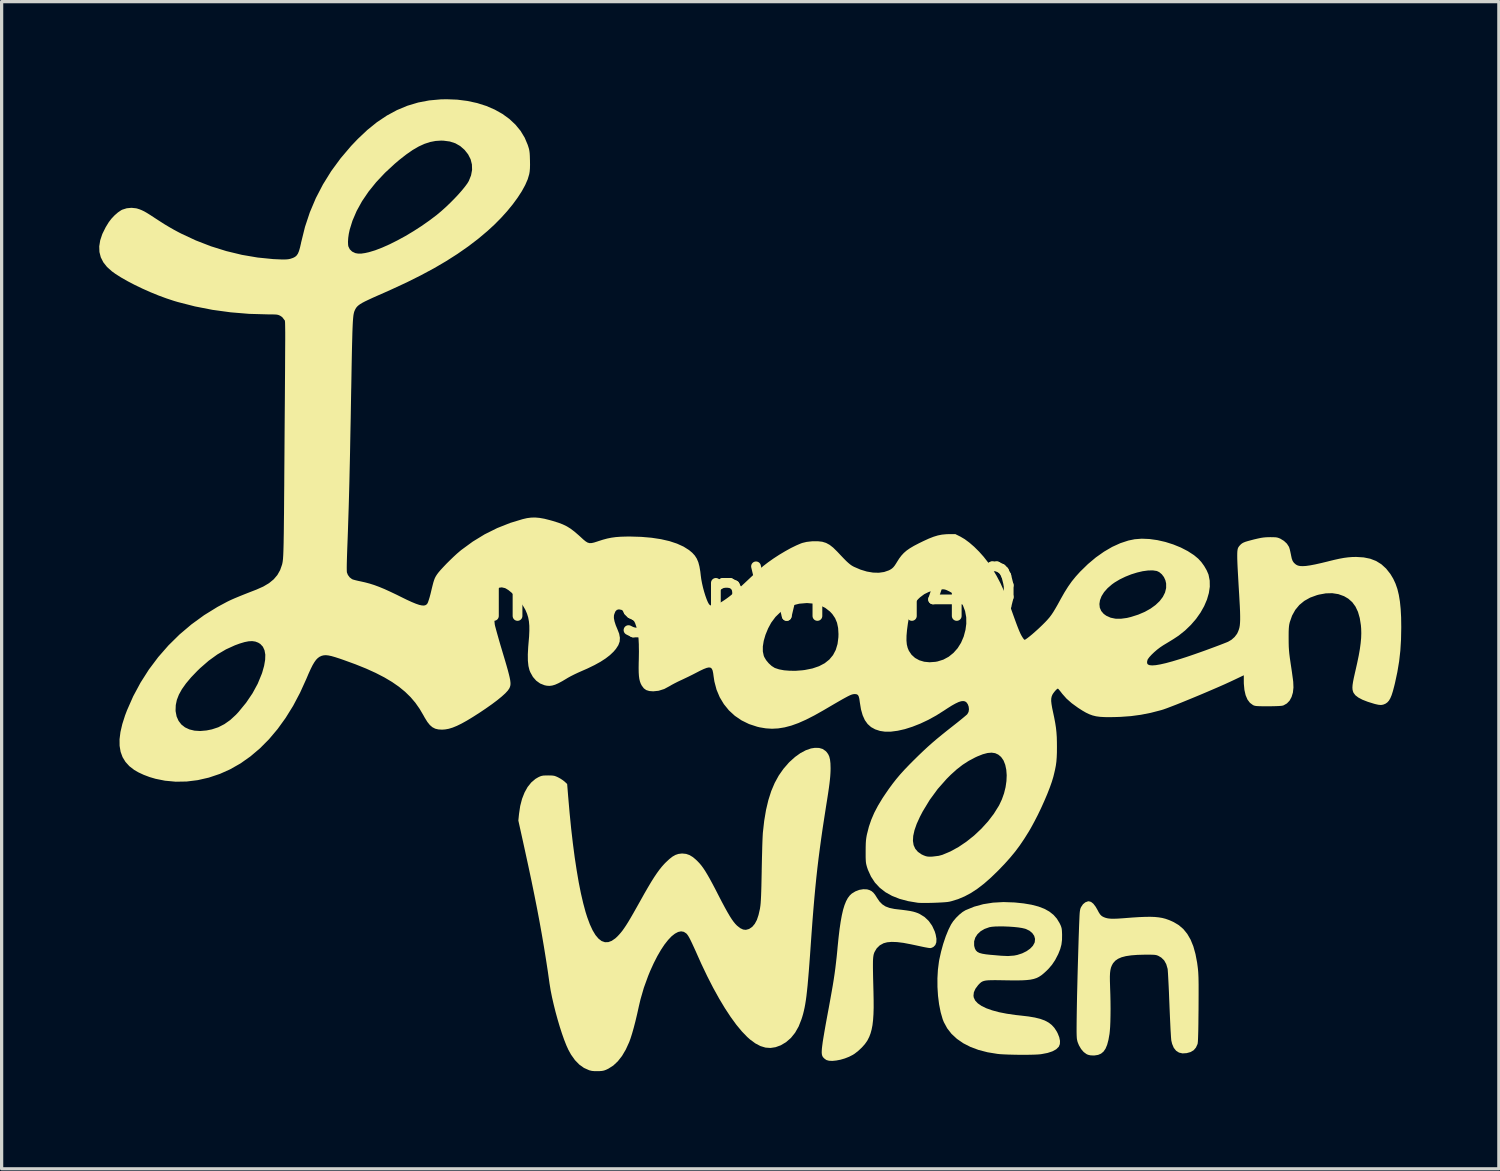
<source format=kicad_pcb>
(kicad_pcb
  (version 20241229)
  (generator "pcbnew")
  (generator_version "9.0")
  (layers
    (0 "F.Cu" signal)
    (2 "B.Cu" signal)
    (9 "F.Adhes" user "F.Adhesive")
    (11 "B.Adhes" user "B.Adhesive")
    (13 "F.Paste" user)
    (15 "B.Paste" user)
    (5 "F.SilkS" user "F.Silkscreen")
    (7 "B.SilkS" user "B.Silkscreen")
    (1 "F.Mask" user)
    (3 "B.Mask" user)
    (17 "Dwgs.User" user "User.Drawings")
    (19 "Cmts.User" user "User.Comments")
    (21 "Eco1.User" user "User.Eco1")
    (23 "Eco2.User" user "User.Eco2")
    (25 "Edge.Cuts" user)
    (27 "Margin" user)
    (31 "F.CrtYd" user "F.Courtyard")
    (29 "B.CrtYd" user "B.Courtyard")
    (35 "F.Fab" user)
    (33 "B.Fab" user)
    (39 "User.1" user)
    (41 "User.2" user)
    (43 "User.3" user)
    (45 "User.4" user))
  (footprint "ImogenWren40"
    (layer "F.Cu")
    (at 20.004 15.191)
    (property "Reference" "ImogenWren40" (at 0 0 0) (layer "F.SilkS") (effects (font (size 1.524 1.524) (thickness 0.3))))
    (attr board_only exclude_from_pos_files exclude_from_bom)
    (fp_poly (pts (xy 3.596 9.093) (xy 3.667 9.114) (xy 3.732 9.147) (xy 3.787 9.193) (xy 3.84 9.258) (xy 3.897 9.349) (xy 3.974 9.463) (xy 4.06 9.551) (xy 4.161 9.617) (xy 4.283 9.663) (xy 4.432 9.694) (xy 4.511 9.704) (xy 4.678 9.723) (xy 4.813 9.741) (xy 4.922 9.758) (xy 5.012 9.777) (xy 5.087 9.799) (xy 5.154 9.823) (xy 5.205 9.846) (xy 5.358 9.94) (xy 5.489 10.063) (xy 5.594 10.212) (xy 5.674 10.385) (xy 5.703 10.48) (xy 5.727 10.612) (xy 5.723 10.72) (xy 5.692 10.804) (xy 5.634 10.862) (xy 5.602 10.878) (xy 5.584 10.886) (xy 5.567 10.892) (xy 5.549 10.896) (xy 5.525 10.896) (xy 5.491 10.893) (xy 5.443 10.885) (xy 5.376 10.873) (xy 5.288 10.855) (xy 5.173 10.83) (xy 5.028 10.799) (xy 4.936 10.78) (xy 4.711 10.737) (xy 4.516 10.713) (xy 4.351 10.707) (xy 4.213 10.719) (xy 4.1 10.749) (xy 4.099 10.75) (xy 3.985 10.813) (xy 3.891 10.905) (xy 3.823 11.019) (xy 3.81 11.053) (xy 3.799 11.087) (xy 3.791 11.126) (xy 3.784 11.173) (xy 3.779 11.231) (xy 3.776 11.304) (xy 3.775 11.395) (xy 3.775 11.507) (xy 3.777 11.644) (xy 3.78 11.808) (xy 3.785 12.003) (xy 3.791 12.232) (xy 3.796 12.498) (xy 3.797 12.731) (xy 3.791 12.933) (xy 3.779 13.11) (xy 3.761 13.264) (xy 3.735 13.398) (xy 3.702 13.518) (xy 3.661 13.626) (xy 3.611 13.725) (xy 3.597 13.75) (xy 3.526 13.85) (xy 3.431 13.956) (xy 3.323 14.057) (xy 3.213 14.143) (xy 3.16 14.177) (xy 3.041 14.238) (xy 2.911 14.289) (xy 2.778 14.328) (xy 2.647 14.353) (xy 2.527 14.365) (xy 2.424 14.36) (xy 2.346 14.338) (xy 2.343 14.336) (xy 2.288 14.298) (xy 2.242 14.252) (xy 2.24 14.249) (xy 2.225 14.224) (xy 2.213 14.195) (xy 2.205 14.159) (xy 2.201 14.112) (xy 2.202 14.053) (xy 2.207 13.979) (xy 2.218 13.887) (xy 2.233 13.774) (xy 2.255 13.639) (xy 2.282 13.478) (xy 2.315 13.289) (xy 2.355 13.069) (xy 2.402 12.815) (xy 2.417 12.737) (xy 2.464 12.478) (xy 2.505 12.248) (xy 2.541 12.043) (xy 2.571 11.857) (xy 2.597 11.682) (xy 2.62 11.512) (xy 2.64 11.343) (xy 2.66 11.167) (xy 2.679 10.978) (xy 2.688 10.875) (xy 2.718 10.578) (xy 2.749 10.316) (xy 2.783 10.087) (xy 2.819 9.889) (xy 2.858 9.719) (xy 2.902 9.576) (xy 2.95 9.457) (xy 3.003 9.359) (xy 3.062 9.281) (xy 3.125 9.222) (xy 3.236 9.154) (xy 3.357 9.108) (xy 3.48 9.088)) (stroke (width 0) (type solid)) (fill yes) (layer "F.SilkS"))
    (fp_poly (pts (xy 8.128 9.495) (xy 8.129 9.495) (xy 8.406 9.524) (xy 8.649 9.565) (xy 8.86 9.62) (xy 9.041 9.689) (xy 9.195 9.774) (xy 9.324 9.876) (xy 9.428 9.994) (xy 9.511 10.131) (xy 9.512 10.133) (xy 9.543 10.197) (xy 9.563 10.25) (xy 9.576 10.302) (xy 9.583 10.364) (xy 9.587 10.45) (xy 9.588 10.479) (xy 9.586 10.645) (xy 9.568 10.79) (xy 9.531 10.928) (xy 9.472 11.076) (xy 9.461 11.099) (xy 9.374 11.266) (xy 9.279 11.408) (xy 9.167 11.539) (xy 9.101 11.604) (xy 9.024 11.674) (xy 8.951 11.733) (xy 8.879 11.78) (xy 8.802 11.818) (xy 8.717 11.846) (xy 8.618 11.867) (xy 8.503 11.88) (xy 8.366 11.888) (xy 8.203 11.891) (xy 8.009 11.89) (xy 7.874 11.888) (xy 7.691 11.885) (xy 7.541 11.883) (xy 7.42 11.884) (xy 7.324 11.887) (xy 7.248 11.894) (xy 7.189 11.906) (xy 7.142 11.923) (xy 7.103 11.945) (xy 7.067 11.975) (xy 7.031 12.011) (xy 7.006 12.038) (xy 6.925 12.147) (xy 6.877 12.255) (xy 6.865 12.361) (xy 6.874 12.419) (xy 6.918 12.511) (xy 6.998 12.596) (xy 7.112 12.675) (xy 7.26 12.747) (xy 7.44 12.811) (xy 7.651 12.868) (xy 7.891 12.915) (xy 8.16 12.954) (xy 8.326 12.972) (xy 8.556 12.999) (xy 8.751 13.032) (xy 8.917 13.073) (xy 9.057 13.124) (xy 9.174 13.187) (xy 9.272 13.263) (xy 9.354 13.354) (xy 9.424 13.462) (xy 9.453 13.518) (xy 9.501 13.638) (xy 9.524 13.75) (xy 9.52 13.847) (xy 9.489 13.925) (xy 9.484 13.932) (xy 9.405 14.009) (xy 9.291 14.071) (xy 9.143 14.12) (xy 8.96 14.155) (xy 8.917 14.161) (xy 8.83 14.168) (xy 8.713 14.173) (xy 8.573 14.176) (xy 8.418 14.178) (xy 8.255 14.177) (xy 8.092 14.174) (xy 7.937 14.17) (xy 7.795 14.164) (xy 7.676 14.157) (xy 7.601 14.149) (xy 7.3 14.1) (xy 7.024 14.029) (xy 6.774 13.936) (xy 6.551 13.822) (xy 6.357 13.688) (xy 6.191 13.535) (xy 6.057 13.363) (xy 5.954 13.173) (xy 5.918 13.083) (xy 5.856 12.867) (xy 5.808 12.625) (xy 5.775 12.365) (xy 5.758 12.095) (xy 5.757 11.824) (xy 5.772 11.56) (xy 5.804 11.311) (xy 5.813 11.258) (xy 5.869 11.007) (xy 5.922 10.813) (xy 6.885 10.813) (xy 6.89 10.844) (xy 6.91 10.915) (xy 6.94 10.97) (xy 6.985 11.014) (xy 7.049 11.047) (xy 7.137 11.071) (xy 7.252 11.09) (xy 7.401 11.106) (xy 7.418 11.107) (xy 7.514 11.115) (xy 7.603 11.123) (xy 7.674 11.129) (xy 7.717 11.133) (xy 7.926 11.142) (xy 8.112 11.128) (xy 8.212 11.108) (xy 8.363 11.059) (xy 8.496 10.993) (xy 8.606 10.915) (xy 8.69 10.828) (xy 8.741 10.735) (xy 8.748 10.713) (xy 8.757 10.615) (xy 8.731 10.521) (xy 8.673 10.437) (xy 8.588 10.365) (xy 8.477 10.311) (xy 8.445 10.301) (xy 8.355 10.28) (xy 8.238 10.262) (xy 8.102 10.248) (xy 7.956 10.238) (xy 7.807 10.232) (xy 7.664 10.231) (xy 7.534 10.234) (xy 7.426 10.243) (xy 7.353 10.256) (xy 7.205 10.309) (xy 7.083 10.381) (xy 6.987 10.471) (xy 6.92 10.575) (xy 6.885 10.69) (xy 6.885 10.813) (xy 5.922 10.813) (xy 5.936 10.764) (xy 6.013 10.535) (xy 6.097 10.33) (xy 6.176 10.172) (xy 6.243 10.07) (xy 6.331 9.966) (xy 6.43 9.869) (xy 6.53 9.788) (xy 6.621 9.733) (xy 6.885 9.625) (xy 7.166 9.548) (xy 7.466 9.501) (xy 7.786 9.483)) (stroke (width 0) (type solid)) (fill yes) (layer "F.SilkS"))
    (fp_poly (pts (xy 10.478 9.478) (xy 10.549 9.534) (xy 10.62 9.627) (xy 10.669 9.712) (xy 10.715 9.798) (xy 10.753 9.857) (xy 10.789 9.897) (xy 10.829 9.926) (xy 10.875 9.949) (xy 10.933 9.97) (xy 10.998 9.985) (xy 11.077 9.994) (xy 11.174 9.996) (xy 11.294 9.992) (xy 11.444 9.982) (xy 11.511 9.977) (xy 11.753 9.958) (xy 11.963 9.945) (xy 12.143 9.938) (xy 12.3 9.936) (xy 12.436 9.941) (xy 12.556 9.953) (xy 12.665 9.971) (xy 12.766 9.997) (xy 12.863 10.031) (xy 12.962 10.073) (xy 13.018 10.099) (xy 13.177 10.194) (xy 13.316 10.314) (xy 13.436 10.462) (xy 13.538 10.638) (xy 13.622 10.844) (xy 13.688 11.081) (xy 13.739 11.35) (xy 13.759 11.501) (xy 13.766 11.567) (xy 13.772 11.635) (xy 13.776 11.711) (xy 13.78 11.797) (xy 13.782 11.898) (xy 13.784 12.016) (xy 13.784 12.157) (xy 13.784 12.323) (xy 13.783 12.519) (xy 13.782 12.748) (xy 13.782 12.771) (xy 13.779 13.023) (xy 13.777 13.239) (xy 13.774 13.42) (xy 13.77 13.568) (xy 13.766 13.683) (xy 13.762 13.767) (xy 13.756 13.822) (xy 13.752 13.845) (xy 13.702 13.955) (xy 13.633 14.036) (xy 13.539 14.092) (xy 13.417 14.126) (xy 13.417 14.126) (xy 13.289 14.134) (xy 13.181 14.109) (xy 13.092 14.052) (xy 13.021 13.963) (xy 12.97 13.842) (xy 12.945 13.738) (xy 12.941 13.698) (xy 12.935 13.625) (xy 12.929 13.522) (xy 12.921 13.394) (xy 12.914 13.243) (xy 12.906 13.076) (xy 12.898 12.894) (xy 12.89 12.703) (xy 12.887 12.625) (xy 12.879 12.432) (xy 12.872 12.247) (xy 12.864 12.076) (xy 12.856 11.921) (xy 12.849 11.786) (xy 12.843 11.676) (xy 12.837 11.593) (xy 12.833 11.543) (xy 12.831 11.533) (xy 12.789 11.39) (xy 12.726 11.277) (xy 12.638 11.19) (xy 12.55 11.138) (xy 12.517 11.124) (xy 12.482 11.113) (xy 12.439 11.106) (xy 12.382 11.102) (xy 12.304 11.1) (xy 12.198 11.1) (xy 12.129 11.1) (xy 11.902 11.106) (xy 11.71 11.121) (xy 11.548 11.145) (xy 11.415 11.18) (xy 11.308 11.227) (xy 11.224 11.285) (xy 11.16 11.357) (xy 11.147 11.376) (xy 11.115 11.436) (xy 11.09 11.5) (xy 11.073 11.574) (xy 11.062 11.662) (xy 11.057 11.772) (xy 11.058 11.907) (xy 11.063 12.074) (xy 11.063 12.082) (xy 11.071 12.314) (xy 11.076 12.543) (xy 11.078 12.763) (xy 11.076 12.97) (xy 11.072 13.158) (xy 11.065 13.323) (xy 11.054 13.458) (xy 11.046 13.534) (xy 11.013 13.719) (xy 10.973 13.87) (xy 10.923 13.989) (xy 10.861 14.079) (xy 10.786 14.141) (xy 10.695 14.18) (xy 10.586 14.197) (xy 10.544 14.198) (xy 10.455 14.193) (xy 10.384 14.176) (xy 10.338 14.155) (xy 10.252 14.092) (xy 10.173 14) (xy 10.107 13.887) (xy 10.073 13.805) (xy 10.06 13.766) (xy 10.051 13.727) (xy 10.043 13.685) (xy 10.039 13.634) (xy 10.036 13.567) (xy 10.034 13.48) (xy 10.034 13.368) (xy 10.035 13.223) (xy 10.035 13.206) (xy 10.037 13.033) (xy 10.04 12.827) (xy 10.044 12.594) (xy 10.049 12.337) (xy 10.056 12.062) (xy 10.063 11.773) (xy 10.071 11.475) (xy 10.08 11.173) (xy 10.089 10.872) (xy 10.098 10.576) (xy 10.104 10.412) (xy 10.11 10.233) (xy 10.116 10.088) (xy 10.121 9.972) (xy 10.125 9.881) (xy 10.13 9.811) (xy 10.136 9.758) (xy 10.143 9.719) (xy 10.15 9.688) (xy 10.16 9.663) (xy 10.171 9.638) (xy 10.173 9.635) (xy 10.23 9.55) (xy 10.302 9.491) (xy 10.381 9.462) (xy 10.408 9.459)) (stroke (width 0) (type solid)) (fill yes) (layer "F.SilkS"))
    (fp_poly (pts (xy 2.119 4.746) (xy 2.226 4.777) (xy 2.317 4.838) (xy 2.349 4.87) (xy 2.398 4.936) (xy 2.433 5.012) (xy 2.456 5.106) (xy 2.469 5.223) (xy 2.473 5.366) (xy 2.472 5.45) (xy 2.468 5.536) (xy 2.462 5.626) (xy 2.452 5.727) (xy 2.439 5.842) (xy 2.421 5.977) (xy 2.398 6.135) (xy 2.369 6.322) (xy 2.339 6.509) (xy 2.283 6.87) (xy 2.231 7.207) (xy 2.185 7.528) (xy 2.143 7.836) (xy 2.104 8.136) (xy 2.068 8.434) (xy 2.035 8.735) (xy 2.004 9.044) (xy 1.974 9.367) (xy 1.945 9.707) (xy 1.916 10.07) (xy 1.887 10.462) (xy 1.864 10.789) (xy 1.842 11.104) (xy 1.821 11.385) (xy 1.802 11.633) (xy 1.783 11.853) (xy 1.766 12.047) (xy 1.748 12.218) (xy 1.731 12.369) (xy 1.713 12.502) (xy 1.694 12.621) (xy 1.674 12.728) (xy 1.652 12.827) (xy 1.629 12.92) (xy 1.603 13.01) (xy 1.579 13.084) (xy 1.492 13.306) (xy 1.383 13.498) (xy 1.254 13.659) (xy 1.104 13.789) (xy 0.942 13.885) (xy 0.783 13.943) (xy 0.627 13.967) (xy 0.473 13.956) (xy 0.318 13.909) (xy 0.162 13.827) (xy 0.001 13.709) (xy -0.089 13.629) (xy -0.253 13.459) (xy -0.423 13.254) (xy -0.597 13.015) (xy -0.774 12.746) (xy -0.954 12.446) (xy -1.135 12.119) (xy -1.316 11.766) (xy -1.496 11.389) (xy -1.601 11.155) (xy -1.677 10.984) (xy -1.741 10.844) (xy -1.793 10.732) (xy -1.836 10.643) (xy -1.872 10.574) (xy -1.902 10.523) (xy -1.929 10.484) (xy -1.953 10.456) (xy -1.962 10.447) (xy -2.037 10.398) (xy -2.122 10.383) (xy -2.213 10.402) (xy -2.311 10.454) (xy -2.414 10.535) (xy -2.52 10.647) (xy -2.63 10.786) (xy -2.74 10.952) (xy -2.851 11.143) (xy -2.961 11.358) (xy -3.069 11.595) (xy -3.134 11.754) (xy -3.266 12.117) (xy -3.369 12.473) (xy -3.418 12.681) (xy -3.471 12.92) (xy -3.524 13.143) (xy -3.577 13.347) (xy -3.628 13.526) (xy -3.676 13.677) (xy -3.715 13.784) (xy -3.82 14.014) (xy -3.937 14.213) (xy -4.066 14.377) (xy -4.206 14.508) (xy -4.355 14.603) (xy -4.359 14.605) (xy -4.433 14.64) (xy -4.492 14.661) (xy -4.553 14.673) (xy -4.629 14.679) (xy -4.671 14.68) (xy -4.778 14.68) (xy -4.863 14.672) (xy -4.939 14.654) (xy -4.95 14.65) (xy -5.107 14.58) (xy -5.251 14.477) (xy -5.383 14.341) (xy -5.504 14.171) (xy -5.587 14.021) (xy -5.649 13.884) (xy -5.715 13.716) (xy -5.783 13.523) (xy -5.851 13.312) (xy -5.917 13.089) (xy -5.98 12.86) (xy -6.037 12.631) (xy -6.088 12.409) (xy -6.13 12.199) (xy -6.161 12.008) (xy -6.163 11.998) (xy -6.217 11.615) (xy -6.275 11.238) (xy -6.336 10.86) (xy -6.401 10.479) (xy -6.471 10.09) (xy -6.547 9.687) (xy -6.63 9.268) (xy -6.72 8.828) (xy -6.819 8.362) (xy -6.927 7.866) (xy -6.972 7.661) (xy -7.123 6.978) (xy -7.102 6.771) (xy -7.066 6.529) (xy -7.009 6.31) (xy -6.932 6.115) (xy -6.838 5.946) (xy -6.726 5.807) (xy -6.598 5.698) (xy -6.509 5.646) (xy -6.453 5.62) (xy -6.403 5.604) (xy -6.35 5.595) (xy -6.279 5.592) (xy -6.209 5.591) (xy -6.12 5.592) (xy -6.056 5.597) (xy -6.004 5.607) (xy -5.954 5.626) (xy -5.898 5.652) (xy -5.822 5.694) (xy -5.749 5.743) (xy -5.699 5.783) (xy -5.623 5.854) (xy -5.592 6.238) (xy -5.548 6.744) (xy -5.5 7.227) (xy -5.447 7.683) (xy -5.391 8.111) (xy -5.33 8.511) (xy -5.267 8.88) (xy -5.2 9.217) (xy -5.129 9.521) (xy -5.057 9.789) (xy -5.008 9.944) (xy -4.926 10.166) (xy -4.841 10.35) (xy -4.752 10.498) (xy -4.659 10.608) (xy -4.564 10.681) (xy -4.464 10.716) (xy -4.361 10.715) (xy -4.255 10.676) (xy -4.144 10.6) (xy -4.084 10.545) (xy -4.031 10.489) (xy -3.979 10.43) (xy -3.926 10.364) (xy -3.872 10.288) (xy -3.812 10.199) (xy -3.746 10.094) (xy -3.671 9.968) (xy -3.585 9.819) (xy -3.486 9.644) (xy -3.372 9.441) (xy -3.247 9.217) (xy -3.135 9.024) (xy -3.036 8.857) (xy -2.946 8.715) (xy -2.863 8.592) (xy -2.786 8.486) (xy -2.712 8.394) (xy -2.638 8.311) (xy -2.596 8.268) (xy -2.484 8.163) (xy -2.386 8.086) (xy -2.294 8.034) (xy -2.205 8.004) (xy -2.11 7.992) (xy -2.08 7.991) (xy -1.966 8.003) (xy -1.862 8.039) (xy -1.758 8.102) (xy -1.674 8.173) (xy -1.612 8.232) (xy -1.554 8.293) (xy -1.498 8.36) (xy -1.441 8.437) (xy -1.382 8.526) (xy -1.318 8.632) (xy -1.246 8.757) (xy -1.165 8.906) (xy -1.072 9.082) (xy -0.97 9.281) (xy -0.866 9.482) (xy -0.775 9.652) (xy -0.696 9.794) (xy -0.627 9.912) (xy -0.566 10.008) (xy -0.51 10.086) (xy -0.458 10.15) (xy -0.409 10.201) (xy -0.403 10.207) (xy -0.306 10.284) (xy -0.216 10.327) (xy -0.131 10.337) (xy -0.044 10.314) (xy -0.02 10.303) (xy 0.069 10.241) (xy 0.144 10.151) (xy 0.208 10.032) (xy 0.259 9.88) (xy 0.301 9.695) (xy 0.31 9.637) (xy 0.318 9.579) (xy 0.325 9.504) (xy 0.331 9.409) (xy 0.337 9.293) (xy 0.342 9.151) (xy 0.347 8.981) (xy 0.351 8.78) (xy 0.356 8.545) (xy 0.356 8.513) (xy 0.36 8.321) (xy 0.364 8.132) (xy 0.369 7.952) (xy 0.373 7.786) (xy 0.378 7.638) (xy 0.383 7.513) (xy 0.388 7.416) (xy 0.392 7.352) (xy 0.433 6.986) (xy 0.489 6.653) (xy 0.561 6.349) (xy 0.649 6.073) (xy 0.755 5.823) (xy 0.88 5.595) (xy 1.024 5.389) (xy 1.188 5.2) (xy 1.215 5.173) (xy 1.379 5.025) (xy 1.545 4.906) (xy 1.71 4.818) (xy 1.87 4.762) (xy 1.99 4.743)) (stroke (width 0) (type solid)) (fill yes) (layer "F.SilkS"))
    (fp_poly (pts (xy -8.999 -15.178) (xy -8.685 -15.138) (xy -8.387 -15.073) (xy -8.107 -14.984) (xy -7.848 -14.872) (xy -7.611 -14.739) (xy -7.399 -14.585) (xy -7.213 -14.411) (xy -7.055 -14.219) (xy -6.928 -14.009) (xy -6.836 -13.791) (xy -6.812 -13.717) (xy -6.794 -13.656) (xy -6.783 -13.596) (xy -6.775 -13.529) (xy -6.77 -13.445) (xy -6.767 -13.335) (xy -6.766 -13.318) (xy -6.764 -13.176) (xy -6.767 -13.062) (xy -6.775 -12.97) (xy -6.788 -12.892) (xy -6.835 -12.732) (xy -6.912 -12.555) (xy -7.016 -12.365) (xy -7.145 -12.166) (xy -7.296 -11.96) (xy -7.467 -11.751) (xy -7.656 -11.542) (xy -7.86 -11.336) (xy -8.07 -11.143) (xy -8.36 -10.899) (xy -8.667 -10.665) (xy -8.994 -10.437) (xy -9.342 -10.215) (xy -9.716 -9.996) (xy -10.118 -9.78) (xy -10.55 -9.564) (xy -11.016 -9.348) (xy -11.248 -9.244) (xy -11.439 -9.16) (xy -11.599 -9.089) (xy -11.73 -9.028) (xy -11.837 -8.977) (xy -11.922 -8.932) (xy -11.988 -8.892) (xy -12.039 -8.854) (xy -12.078 -8.818) (xy -12.108 -8.781) (xy -12.132 -8.741) (xy -12.153 -8.696) (xy -12.157 -8.687) (xy -12.167 -8.662) (xy -12.175 -8.633) (xy -12.183 -8.598) (xy -12.191 -8.555) (xy -12.197 -8.502) (xy -12.203 -8.437) (xy -12.209 -8.357) (xy -12.214 -8.261) (xy -12.219 -8.146) (xy -12.224 -8.01) (xy -12.228 -7.852) (xy -12.233 -7.669) (xy -12.238 -7.459) (xy -12.243 -7.22) (xy -12.248 -6.95) (xy -12.253 -6.647) (xy -12.259 -6.308) (xy -12.26 -6.294) (xy -12.268 -5.837) (xy -12.275 -5.414) (xy -12.283 -5.023) (xy -12.29 -4.661) (xy -12.296 -4.323) (xy -12.303 -4.008) (xy -12.31 -3.712) (xy -12.316 -3.433) (xy -12.323 -3.167) (xy -12.33 -2.91) (xy -12.337 -2.661) (xy -12.345 -2.416) (xy -12.353 -2.173) (xy -12.361 -1.927) (xy -12.37 -1.676) (xy -12.38 -1.417) (xy -12.384 -1.302) (xy -12.389 -1.155) (xy -12.393 -1.016) (xy -12.396 -0.893) (xy -12.397 -0.789) (xy -12.396 -0.71) (xy -12.394 -0.661) (xy -12.393 -0.651) (xy -12.362 -0.571) (xy -12.306 -0.496) (xy -12.235 -0.442) (xy -12.232 -0.44) (xy -12.193 -0.426) (xy -12.127 -0.408) (xy -12.044 -0.388) (xy -11.977 -0.374) (xy -11.834 -0.342) (xy -11.694 -0.305) (xy -11.552 -0.26) (xy -11.403 -0.205) (xy -11.241 -0.138) (xy -11.061 -0.056) (xy -10.857 0.041) (xy -10.733 0.103) (xy -10.552 0.192) (xy -10.399 0.262) (xy -10.273 0.314) (xy -10.17 0.349) (xy -10.088 0.367) (xy -10.024 0.37) (xy -9.974 0.357) (xy -9.936 0.33) (xy -9.919 0.308) (xy -9.9 0.269) (xy -9.877 0.202) (xy -9.85 0.115) (xy -9.824 0.018) (xy -9.817 -0.01) (xy -9.784 -0.149) (xy -9.757 -0.257) (xy -9.735 -0.341) (xy -9.715 -0.404) (xy -9.697 -0.454) (xy -9.677 -0.497) (xy -9.655 -0.537) (xy -9.627 -0.58) (xy -9.626 -0.582) (xy -9.581 -0.643) (xy -9.513 -0.723) (xy -9.426 -0.817) (xy -9.328 -0.92) (xy -9.222 -1.025) (xy -9.115 -1.128) (xy -9.011 -1.224) (xy -8.915 -1.306) (xy -8.879 -1.336) (xy -8.525 -1.595) (xy -8.157 -1.82) (xy -7.773 -2.011) (xy -7.372 -2.17) (xy -6.99 -2.286) (xy -6.856 -2.317) (xy -6.73 -2.333) (xy -6.605 -2.336) (xy -6.472 -2.324) (xy -6.324 -2.298) (xy -6.154 -2.255) (xy -6.058 -2.228) (xy -5.893 -2.176) (xy -5.754 -2.123) (xy -5.631 -2.063) (xy -5.515 -1.991) (xy -5.397 -1.901) (xy -5.268 -1.79) (xy -5.216 -1.743) (xy -5.126 -1.66) (xy -5.055 -1.602) (xy -4.994 -1.565) (xy -4.936 -1.549) (xy -4.873 -1.55) (xy -4.796 -1.567) (xy -4.697 -1.598) (xy -4.672 -1.607) (xy -4.524 -1.654) (xy -4.39 -1.69) (xy -4.261 -1.716) (xy -4.128 -1.734) (xy -3.983 -1.745) (xy -3.815 -1.75) (xy -3.681 -1.751) (xy -3.344 -1.741) (xy -3.03 -1.714) (xy -2.741 -1.67) (xy -2.479 -1.61) (xy -2.247 -1.533) (xy -2.045 -1.441) (xy -1.877 -1.335) (xy -1.779 -1.253) (xy -1.7 -1.167) (xy -1.639 -1.072) (xy -1.592 -0.961) (xy -1.557 -0.829) (xy -1.53 -0.669) (xy -1.518 -0.562) (xy -1.502 -0.443) (xy -1.478 -0.315) (xy -1.448 -0.183) (xy -1.413 -0.054) (xy -1.375 0.068) (xy -1.337 0.175) (xy -1.3 0.263) (xy -1.265 0.326) (xy -1.236 0.356) (xy -1.183 0.374) (xy -1.122 0.373) (xy -1.05 0.352) (xy -0.96 0.308) (xy -0.85 0.241) (xy -0.792 0.203) (xy -0.707 0.144) (xy -0.621 0.079) (xy -0.529 0.004) (xy -0.427 -0.084) (xy -0.311 -0.189) (xy -0.176 -0.314) (xy -0.065 -0.418) (xy 0.036 -0.513) (xy 0.138 -0.608) (xy 0.234 -0.695) (xy 0.318 -0.771) (xy 0.385 -0.828) (xy 0.402 -0.843) (xy 0.554 -0.96) (xy 0.723 -1.079) (xy 0.9 -1.194) (xy 1.08 -1.301) (xy 1.255 -1.398) (xy 1.419 -1.478) (xy 1.564 -1.54) (xy 1.611 -1.556) (xy 1.737 -1.586) (xy 1.893 -1.604) (xy 1.929 -1.606) (xy 2.085 -1.606) (xy 2.217 -1.591) (xy 2.334 -1.555) (xy 2.443 -1.496) (xy 2.553 -1.41) (xy 2.67 -1.295) (xy 2.679 -1.286) (xy 2.79 -1.168) (xy 2.88 -1.074) (xy 2.953 -1) (xy 3.014 -0.944) (xy 3.065 -0.901) (xy 3.111 -0.867) (xy 3.157 -0.839) (xy 3.196 -0.819) (xy 3.393 -0.734) (xy 3.588 -0.675) (xy 3.777 -0.643) (xy 3.955 -0.638) (xy 4.118 -0.661) (xy 4.263 -0.711) (xy 4.311 -0.736) (xy 4.361 -0.769) (xy 4.402 -0.807) (xy 4.442 -0.856) (xy 4.488 -0.926) (xy 4.516 -0.972) (xy 4.582 -1.076) (xy 4.65 -1.166) (xy 4.724 -1.246) (xy 4.809 -1.32) (xy 4.911 -1.391) (xy 5.034 -1.464) (xy 5.184 -1.542) (xy 5.325 -1.611) (xy 5.493 -1.688) (xy 5.639 -1.745) (xy 5.771 -1.785) (xy 5.897 -1.81) (xy 6.025 -1.822) (xy 6.098 -1.825) (xy 6.306 -1.826) (xy 6.464 -1.748) (xy 6.596 -1.67) (xy 6.739 -1.564) (xy 6.888 -1.435) (xy 7.036 -1.288) (xy 7.178 -1.129) (xy 7.307 -0.964) (xy 7.317 -0.95) (xy 7.45 -0.754) (xy 7.574 -0.545) (xy 7.693 -0.319) (xy 7.807 -0.069) (xy 7.921 0.208) (xy 8.025 0.487) (xy 8.089 0.666) (xy 8.142 0.813) (xy 8.186 0.933) (xy 8.223 1.03) (xy 8.254 1.108) (xy 8.28 1.17) (xy 8.303 1.222) (xy 8.325 1.266) (xy 8.346 1.305) (xy 8.382 1.363) (xy 8.413 1.405) (xy 8.434 1.423) (xy 8.436 1.424) (xy 8.464 1.411) (xy 8.515 1.376) (xy 8.584 1.323) (xy 8.667 1.255) (xy 8.758 1.175) (xy 8.854 1.089) (xy 8.95 0.998) (xy 8.994 0.955) (xy 9.075 0.874) (xy 9.144 0.8) (xy 9.205 0.729) (xy 9.262 0.653) (xy 9.318 0.569) (xy 9.379 0.468) (xy 9.449 0.347) (xy 9.462 0.323) (xy 10.735 0.323) (xy 10.747 0.435) (xy 10.791 0.537) (xy 10.866 0.625) (xy 10.946 0.683) (xy 11.079 0.743) (xy 11.228 0.774) (xy 11.394 0.776) (xy 11.58 0.751) (xy 11.703 0.721) (xy 11.927 0.65) (xy 12.129 0.564) (xy 12.308 0.464) (xy 12.461 0.353) (xy 12.588 0.232) (xy 12.685 0.104) (xy 12.752 -0.03) (xy 12.786 -0.168) (xy 12.786 -0.307) (xy 12.764 -0.405) (xy 12.719 -0.504) (xy 12.653 -0.591) (xy 12.574 -0.657) (xy 12.501 -0.692) (xy 12.377 -0.711) (xy 12.231 -0.708) (xy 12.067 -0.686) (xy 11.893 -0.645) (xy 11.713 -0.589) (xy 11.535 -0.518) (xy 11.363 -0.435) (xy 11.205 -0.341) (xy 11.121 -0.281) (xy 10.986 -0.164) (xy 10.879 -0.043) (xy 10.801 0.081) (xy 10.753 0.204) (xy 10.735 0.323) (xy 9.462 0.323) (xy 9.53 0.199) (xy 9.541 0.178) (xy 9.659 -0.03) (xy 9.772 -0.21) (xy 9.886 -0.372) (xy 10.009 -0.523) (xy 10.143 -0.671) (xy 10.382 -0.904) (xy 10.627 -1.11) (xy 10.877 -1.286) (xy 11.128 -1.433) (xy 11.379 -1.547) (xy 11.625 -1.628) (xy 11.82 -1.668) (xy 12.038 -1.685) (xy 12.272 -1.675) (xy 12.516 -1.641) (xy 12.762 -1.585) (xy 13.005 -1.508) (xy 13.236 -1.414) (xy 13.451 -1.303) (xy 13.642 -1.179) (xy 13.773 -1.07) (xy 13.867 -0.968) (xy 13.955 -0.846) (xy 14.03 -0.717) (xy 14.084 -0.593) (xy 14.09 -0.575) (xy 14.125 -0.397) (xy 14.128 -0.209) (xy 14.099 -0.014) (xy 14.041 0.186) (xy 13.955 0.387) (xy 13.843 0.586) (xy 13.707 0.779) (xy 13.548 0.963) (xy 13.369 1.136) (xy 13.171 1.294) (xy 13.011 1.4) (xy 12.917 1.458) (xy 12.81 1.523) (xy 12.71 1.583) (xy 12.688 1.597) (xy 12.6 1.656) (xy 12.507 1.727) (xy 12.417 1.805) (xy 12.336 1.883) (xy 12.27 1.955) (xy 12.226 2.015) (xy 12.215 2.037) (xy 12.201 2.092) (xy 12.201 2.142) (xy 12.202 2.144) (xy 12.226 2.181) (xy 12.279 2.203) (xy 12.359 2.21) (xy 12.469 2.202) (xy 12.609 2.178) (xy 12.78 2.139) (xy 12.982 2.084) (xy 13.217 2.013) (xy 13.398 1.955) (xy 13.52 1.914) (xy 13.662 1.865) (xy 13.816 1.811) (xy 13.976 1.754) (xy 14.136 1.695) (xy 14.29 1.638) (xy 14.431 1.585) (xy 14.552 1.538) (xy 14.648 1.5) (xy 14.689 1.483) (xy 14.795 1.421) (xy 14.89 1.337) (xy 14.963 1.241) (xy 14.975 1.219) (xy 15 1.164) (xy 15.021 1.108) (xy 15.038 1.049) (xy 15.05 0.982) (xy 15.057 0.903) (xy 15.061 0.809) (xy 15.061 0.695) (xy 15.058 0.559) (xy 15.051 0.395) (xy 15.04 0.201) (xy 15.031 0.037) (xy 15.015 -0.224) (xy 15.002 -0.452) (xy 14.991 -0.647) (xy 14.982 -0.813) (xy 14.976 -0.952) (xy 14.972 -1.067) (xy 14.971 -1.162) (xy 14.972 -1.237) (xy 14.975 -1.297) (xy 14.981 -1.344) (xy 14.989 -1.38) (xy 15 -1.409) (xy 15.014 -1.432) (xy 15.03 -1.454) (xy 15.046 -1.473) (xy 15.081 -1.51) (xy 15.117 -1.539) (xy 15.161 -1.564) (xy 15.219 -1.588) (xy 15.298 -1.612) (xy 15.402 -1.64) (xy 15.486 -1.662) (xy 15.606 -1.69) (xy 15.701 -1.71) (xy 15.784 -1.722) (xy 15.865 -1.729) (xy 15.957 -1.731) (xy 15.978 -1.732) (xy 16.075 -1.731) (xy 16.145 -1.728) (xy 16.197 -1.721) (xy 16.243 -1.707) (xy 16.292 -1.687) (xy 16.298 -1.684) (xy 16.407 -1.617) (xy 16.497 -1.533) (xy 16.558 -1.439) (xy 16.567 -1.417) (xy 16.585 -1.361) (xy 16.603 -1.283) (xy 16.621 -1.198) (xy 16.624 -1.181) (xy 16.646 -1.077) (xy 16.674 -1.001) (xy 16.714 -0.943) (xy 16.77 -0.894) (xy 16.783 -0.885) (xy 16.834 -0.86) (xy 16.899 -0.845) (xy 16.982 -0.841) (xy 17.085 -0.847) (xy 17.212 -0.865) (xy 17.365 -0.894) (xy 17.548 -0.935) (xy 17.763 -0.987) (xy 17.776 -0.991) (xy 17.96 -1.036) (xy 18.115 -1.07) (xy 18.251 -1.095) (xy 18.374 -1.111) (xy 18.493 -1.121) (xy 18.615 -1.124) (xy 18.63 -1.124) (xy 18.857 -1.11) (xy 19.059 -1.069) (xy 19.24 -0.999) (xy 19.401 -0.899) (xy 19.546 -0.767) (xy 19.676 -0.603) (xy 19.685 -0.589) (xy 19.767 -0.452) (xy 19.836 -0.303) (xy 19.893 -0.14) (xy 19.937 0.042) (xy 19.971 0.246) (xy 19.994 0.475) (xy 20.008 0.733) (xy 20.012 1.024) (xy 20.012 1.049) (xy 20.005 1.414) (xy 19.984 1.756) (xy 19.947 2.085) (xy 19.892 2.414) (xy 19.819 2.754) (xy 19.796 2.847) (xy 19.755 3.002) (xy 19.716 3.125) (xy 19.676 3.219) (xy 19.634 3.291) (xy 19.587 3.344) (xy 19.533 3.383) (xy 19.517 3.391) (xy 19.455 3.416) (xy 19.39 3.426) (xy 19.312 3.42) (xy 19.213 3.398) (xy 19.183 3.39) (xy 18.983 3.328) (xy 18.819 3.264) (xy 18.693 3.197) (xy 18.602 3.127) (xy 18.547 3.054) (xy 18.543 3.046) (xy 18.525 2.998) (xy 18.514 2.946) (xy 18.511 2.885) (xy 18.516 2.811) (xy 18.53 2.717) (xy 18.553 2.599) (xy 18.586 2.452) (xy 18.6 2.391) (xy 18.658 2.134) (xy 18.705 1.908) (xy 18.74 1.708) (xy 18.764 1.529) (xy 18.779 1.368) (xy 18.784 1.219) (xy 18.78 1.077) (xy 18.772 0.977) (xy 18.737 0.755) (xy 18.682 0.564) (xy 18.605 0.401) (xy 18.507 0.267) (xy 18.385 0.159) (xy 18.254 0.082) (xy 18.079 0.019) (xy 17.892 -0.01) (xy 17.694 -0.005) (xy 17.481 0.034) (xy 17.421 0.05) (xy 17.212 0.126) (xy 17.032 0.227) (xy 16.88 0.352) (xy 16.755 0.503) (xy 16.657 0.679) (xy 16.586 0.881) (xy 16.584 0.89) (xy 16.571 0.945) (xy 16.562 1.005) (xy 16.556 1.075) (xy 16.552 1.164) (xy 16.551 1.278) (xy 16.551 1.386) (xy 16.552 1.523) (xy 16.555 1.64) (xy 16.562 1.746) (xy 16.572 1.854) (xy 16.587 1.974) (xy 16.608 2.118) (xy 16.613 2.154) (xy 16.633 2.285) (xy 16.652 2.414) (xy 16.668 2.533) (xy 16.682 2.633) (xy 16.691 2.707) (xy 16.692 2.716) (xy 16.699 2.889) (xy 16.682 3.045) (xy 16.641 3.18) (xy 16.58 3.293) (xy 16.497 3.379) (xy 16.397 3.436) (xy 16.373 3.444) (xy 16.327 3.452) (xy 16.248 3.458) (xy 16.141 3.462) (xy 16.011 3.465) (xy 15.914 3.465) (xy 15.781 3.465) (xy 15.68 3.464) (xy 15.605 3.461) (xy 15.551 3.457) (xy 15.511 3.45) (xy 15.48 3.44) (xy 15.457 3.43) (xy 15.362 3.36) (xy 15.286 3.259) (xy 15.229 3.126) (xy 15.192 2.963) (xy 15.174 2.771) (xy 15.173 2.688) (xy 15.173 2.513) (xy 14.879 2.653) (xy 14.744 2.716) (xy 14.589 2.787) (xy 14.417 2.863) (xy 14.232 2.943) (xy 14.039 3.026) (xy 13.843 3.109) (xy 13.646 3.191) (xy 13.454 3.27) (xy 13.271 3.345) (xy 13.101 3.413) (xy 12.948 3.472) (xy 12.817 3.522) (xy 12.711 3.56) (xy 12.635 3.584) (xy 12.634 3.584) (xy 12.314 3.667) (xy 12.009 3.727) (xy 11.706 3.768) (xy 11.391 3.791) (xy 11.248 3.796) (xy 11.055 3.8) (xy 10.893 3.798) (xy 10.755 3.79) (xy 10.635 3.774) (xy 10.528 3.748) (xy 10.426 3.711) (xy 10.323 3.662) (xy 10.212 3.598) (xy 10.089 3.519) (xy 10.078 3.512) (xy 9.885 3.372) (xy 9.724 3.23) (xy 9.592 3.081) (xy 9.57 3.052) (xy 9.524 2.993) (xy 9.487 2.949) (xy 9.463 2.924) (xy 9.458 2.922) (xy 9.432 2.936) (xy 9.393 2.973) (xy 9.35 3.023) (xy 9.31 3.077) (xy 9.289 3.113) (xy 9.267 3.168) (xy 9.255 3.23) (xy 9.253 3.305) (xy 9.263 3.399) (xy 9.283 3.517) (xy 9.306 3.625) (xy 9.346 3.814) (xy 9.377 3.978) (xy 9.4 4.126) (xy 9.415 4.268) (xy 9.425 4.413) (xy 9.429 4.572) (xy 9.43 4.711) (xy 9.429 4.887) (xy 9.423 5.036) (xy 9.413 5.167) (xy 9.396 5.291) (xy 9.371 5.418) (xy 9.338 5.558) (xy 9.319 5.635) (xy 9.272 5.79) (xy 9.208 5.97) (xy 9.13 6.169) (xy 9.04 6.38) (xy 8.943 6.595) (xy 8.84 6.809) (xy 8.734 7.014) (xy 8.63 7.205) (xy 8.566 7.315) (xy 8.425 7.54) (xy 8.287 7.744) (xy 8.145 7.934) (xy 7.992 8.119) (xy 7.822 8.309) (xy 7.628 8.511) (xy 7.403 8.729) (xy 7.191 8.916) (xy 6.987 9.073) (xy 6.788 9.204) (xy 6.591 9.309) (xy 6.392 9.393) (xy 6.187 9.456) (xy 6.125 9.471) (xy 6.071 9.48) (xy 5.986 9.488) (xy 5.88 9.495) (xy 5.758 9.501) (xy 5.629 9.506) (xy 5.5 9.509) (xy 5.379 9.51) (xy 5.273 9.51) (xy 5.19 9.507) (xy 5.151 9.504) (xy 4.858 9.455) (xy 4.595 9.385) (xy 4.362 9.293) (xy 4.158 9.179) (xy 3.983 9.042) (xy 3.835 8.883) (xy 3.715 8.699) (xy 3.621 8.492) (xy 3.593 8.41) (xy 3.578 8.356) (xy 3.566 8.306) (xy 3.558 8.252) (xy 3.554 8.187) (xy 3.551 8.103) (xy 3.551 7.994) (xy 3.551 7.923) (xy 3.552 7.786) (xy 3.555 7.677) (xy 3.56 7.601) (xy 5.004 7.601) (xy 5.025 7.734) (xy 5.077 7.847) (xy 5.158 7.941) (xy 5.269 8.018) (xy 5.331 8.047) (xy 5.391 8.07) (xy 5.443 8.083) (xy 5.501 8.088) (xy 5.578 8.087) (xy 5.61 8.085) (xy 5.797 8.062) (xy 5.91 8.031) (xy 6.157 7.927) (xy 6.405 7.791) (xy 6.649 7.626) (xy 6.885 7.438) (xy 7.107 7.229) (xy 7.311 7.005) (xy 7.491 6.769) (xy 7.643 6.526) (xy 7.654 6.507) (xy 7.738 6.328) (xy 7.804 6.142) (xy 7.851 5.953) (xy 7.878 5.766) (xy 7.886 5.585) (xy 7.873 5.416) (xy 7.841 5.264) (xy 7.789 5.132) (xy 7.716 5.027) (xy 7.712 5.022) (xy 7.627 4.951) (xy 7.531 4.907) (xy 7.422 4.891) (xy 7.296 4.902) (xy 7.152 4.94) (xy 6.986 5.006) (xy 6.917 5.038) (xy 6.719 5.143) (xy 6.533 5.263) (xy 6.351 5.404) (xy 6.168 5.569) (xy 6.04 5.697) (xy 5.766 6.007) (xy 5.521 6.341) (xy 5.306 6.695) (xy 5.219 6.862) (xy 5.12 7.079) (xy 5.052 7.274) (xy 5.013 7.448) (xy 5.004 7.601) (xy 3.56 7.601) (xy 3.561 7.588) (xy 3.571 7.509) (xy 3.584 7.433) (xy 3.593 7.393) (xy 3.651 7.165) (xy 3.725 6.949) (xy 3.817 6.736) (xy 3.931 6.519) (xy 4.069 6.291) (xy 4.139 6.186) (xy 4.259 6.011) (xy 4.374 5.854) (xy 4.489 5.707) (xy 4.61 5.563) (xy 4.744 5.415) (xy 4.896 5.257) (xy 5.034 5.118) (xy 5.183 4.972) (xy 5.322 4.839) (xy 5.457 4.714) (xy 5.593 4.593) (xy 5.737 4.47) (xy 5.894 4.341) (xy 6.071 4.199) (xy 6.263 4.048) (xy 6.367 3.966) (xy 6.464 3.888) (xy 6.548 3.819) (xy 6.616 3.762) (xy 6.662 3.722) (xy 6.678 3.705) (xy 6.714 3.638) (xy 6.726 3.559) (xy 6.717 3.476) (xy 6.689 3.4) (xy 6.645 3.341) (xy 6.603 3.315) (xy 6.55 3.305) (xy 6.486 3.311) (xy 6.409 3.335) (xy 6.315 3.379) (xy 6.2 3.443) (xy 6.062 3.53) (xy 5.968 3.592) (xy 5.723 3.747) (xy 5.476 3.883) (xy 5.23 3.999) (xy 4.989 4.094) (xy 4.757 4.168) (xy 4.536 4.218) (xy 4.331 4.245) (xy 4.144 4.246) (xy 3.994 4.224) (xy 3.844 4.175) (xy 3.717 4.105) (xy 3.612 4.011) (xy 3.526 3.891) (xy 3.459 3.742) (xy 3.408 3.563) (xy 3.373 3.351) (xy 3.371 3.339) (xy 3.357 3.236) (xy 3.339 3.166) (xy 3.315 3.122) (xy 3.282 3.099) (xy 3.235 3.091) (xy 3.221 3.091) (xy 3.194 3.091) (xy 3.167 3.095) (xy 3.137 3.102) (xy 3.101 3.114) (xy 3.056 3.134) (xy 2.999 3.162) (xy 2.928 3.2) (xy 2.839 3.249) (xy 2.729 3.312) (xy 2.596 3.389) (xy 2.437 3.482) (xy 2.248 3.593) (xy 2.248 3.593) (xy 1.972 3.748) (xy 1.719 3.877) (xy 1.485 3.981) (xy 1.266 4.06) (xy 1.06 4.114) (xy 0.863 4.146) (xy 0.671 4.156) (xy 0.482 4.144) (xy 0.291 4.112) (xy 0.217 4.094) (xy -0.033 4.012) (xy -0.263 3.899) (xy -0.469 3.759) (xy -0.651 3.592) (xy -0.806 3.401) (xy -0.934 3.188) (xy -1.032 2.955) (xy -1.098 2.704) (xy -1.122 2.546) (xy -1.136 2.443) (xy -1.153 2.365) (xy -1.178 2.31) (xy -1.215 2.28) (xy -1.265 2.272) (xy -1.335 2.286) (xy -1.426 2.321) (xy -1.543 2.376) (xy -1.66 2.437) (xy -1.773 2.495) (xy -1.898 2.557) (xy -2.022 2.616) (xy -2.127 2.666) (xy -2.129 2.666) (xy -2.226 2.712) (xy -2.324 2.762) (xy -2.41 2.808) (xy -2.469 2.843) (xy -2.64 2.935) (xy -2.812 2.989) (xy -2.978 3.006) (xy -3.098 2.997) (xy -3.192 2.968) (xy -3.265 2.916) (xy -3.325 2.837) (xy -3.333 2.825) (xy -3.364 2.764) (xy -3.387 2.699) (xy -3.405 2.624) (xy -3.417 2.534) (xy -3.424 2.425) (xy -3.426 2.291) (xy -3.424 2.127) (xy -3.421 2.032) (xy -3.417 1.781) (xy -3.42 1.627) (xy 0.391 1.627) (xy 0.391 1.78) (xy 0.419 1.912) (xy 0.435 1.952) (xy 0.493 2.05) (xy 0.572 2.145) (xy 0.662 2.227) (xy 0.752 2.284) (xy 0.762 2.289) (xy 0.889 2.331) (xy 1.043 2.36) (xy 1.219 2.374) (xy 1.407 2.375) (xy 1.602 2.36) (xy 1.683 2.35) (xy 1.917 2.303) (xy 2.119 2.234) (xy 2.292 2.143) (xy 2.435 2.029) (xy 2.548 1.893) (xy 2.632 1.734) (xy 2.687 1.551) (xy 2.701 1.443) (xy 4.805 1.443) (xy 4.816 1.565) (xy 4.842 1.671) (xy 4.879 1.76) (xy 4.961 1.882) (xy 5.069 1.98) (xy 5.2 2.052) (xy 5.35 2.097) (xy 5.515 2.113) (xy 5.693 2.1) (xy 5.76 2.088) (xy 5.939 2.032) (xy 6.104 1.943) (xy 6.25 1.825) (xy 6.378 1.681) (xy 6.483 1.513) (xy 6.564 1.324) (xy 6.619 1.118) (xy 6.644 0.929) (xy 6.642 0.729) (xy 6.607 0.54) (xy 6.542 0.367) (xy 6.449 0.211) (xy 6.328 0.078) (xy 6.183 -0.031) (xy 6.115 -0.068) (xy 6.044 -0.102) (xy 5.993 -0.121) (xy 5.946 -0.129) (xy 5.892 -0.128) (xy 5.842 -0.124) (xy 5.654 -0.096) (xy 5.493 -0.049) (xy 5.352 0.02) (xy 5.225 0.115) (xy 5.17 0.167) (xy 5.088 0.259) (xy 5.02 0.357) (xy 4.964 0.467) (xy 4.918 0.595) (xy 4.88 0.744) (xy 4.849 0.921) (xy 4.822 1.123) (xy 4.807 1.297) (xy 4.805 1.443) (xy 2.701 1.443) (xy 2.713 1.345) (xy 2.716 1.247) (xy 2.705 1.06) (xy 2.671 0.898) (xy 2.612 0.757) (xy 2.527 0.632) (xy 2.454 0.554) (xy 2.31 0.442) (xy 2.146 0.361) (xy 1.963 0.312) (xy 1.759 0.294) (xy 1.733 0.294) (xy 1.51 0.313) (xy 1.301 0.366) (xy 1.109 0.452) (xy 0.935 0.569) (xy 0.781 0.718) (xy 0.649 0.895) (xy 0.553 1.073) (xy 0.472 1.27) (xy 0.418 1.456) (xy 0.391 1.627) (xy -3.42 1.627) (xy -3.42 1.564) (xy -3.43 1.379) (xy -3.448 1.224) (xy -3.472 1.095) (xy -3.476 1.083) (xy -3.536 0.906) (xy -3.617 0.759) (xy -3.72 0.642) (xy -3.845 0.552) (xy -3.855 0.547) (xy -3.955 0.502) (xy -4.034 0.487) (xy -4.095 0.503) (xy -4.141 0.551) (xy -4.174 0.633) (xy -4.185 0.677) (xy -4.187 0.754) (xy -4.168 0.855) (xy -4.129 0.977) (xy -4.08 1.094) (xy -4.025 1.235) (xy -4.002 1.36) (xy -4.009 1.476) (xy -4.05 1.588) (xy -4.124 1.702) (xy -4.199 1.79) (xy -4.31 1.895) (xy -4.442 1.997) (xy -4.598 2.098) (xy -4.783 2.2) (xy -4.999 2.305) (xy -5.179 2.384) (xy -5.292 2.434) (xy -5.408 2.489) (xy -5.516 2.544) (xy -5.605 2.593) (xy -5.629 2.608) (xy -5.773 2.694) (xy -5.893 2.758) (xy -5.995 2.803) (xy -6.084 2.829) (xy -6.166 2.839) (xy -6.246 2.834) (xy -6.316 2.82) (xy -6.453 2.766) (xy -6.573 2.68) (xy -6.675 2.564) (xy -6.755 2.421) (xy -6.782 2.354) (xy -6.813 2.228) (xy -6.83 2.067) (xy -6.832 1.872) (xy -6.82 1.643) (xy -6.811 1.534) (xy -6.793 1.324) (xy -6.785 1.145) (xy -6.786 0.991) (xy -6.798 0.857) (xy -6.82 0.738) (xy -6.854 0.627) (xy -6.899 0.52) (xy -6.91 0.496) (xy -6.971 0.391) (xy -7.05 0.279) (xy -7.141 0.168) (xy -7.239 0.062) (xy -7.337 -0.031) (xy -7.431 -0.107) (xy -7.513 -0.157) (xy -7.536 -0.167) (xy -7.633 -0.189) (xy -7.715 -0.177) (xy -7.781 -0.132) (xy -7.828 -0.055) (xy -7.848 0.017) (xy -7.855 0.077) (xy -7.861 0.166) (xy -7.864 0.277) (xy -7.866 0.401) (xy -7.866 0.53) (xy -7.865 0.657) (xy -7.861 0.774) (xy -7.856 0.871) (xy -7.849 0.942) (xy -7.848 0.95) (xy -7.839 0.994) (xy -7.819 1.068) (xy -7.792 1.169) (xy -7.757 1.293) (xy -7.717 1.435) (xy -7.672 1.59) (xy -7.623 1.753) (xy -7.603 1.821) (xy -7.54 2.031) (xy -7.488 2.209) (xy -7.446 2.357) (xy -7.414 2.48) (xy -7.39 2.58) (xy -7.374 2.662) (xy -7.366 2.728) (xy -7.364 2.782) (xy -7.369 2.827) (xy -7.38 2.867) (xy -7.395 2.904) (xy -7.398 2.911) (xy -7.444 2.98) (xy -7.523 3.066) (xy -7.632 3.165) (xy -7.77 3.278) (xy -7.935 3.402) (xy -8.127 3.537) (xy -8.307 3.658) (xy -8.518 3.793) (xy -8.704 3.906) (xy -8.868 3.997) (xy -9.013 4.068) (xy -9.143 4.121) (xy -9.261 4.157) (xy -9.371 4.177) (xy -9.469 4.184) (xy -9.582 4.177) (xy -9.678 4.154) (xy -9.764 4.11) (xy -9.843 4.042) (xy -9.919 3.947) (xy -9.998 3.82) (xy -10.04 3.744) (xy -10.157 3.545) (xy -10.288 3.358) (xy -10.436 3.184) (xy -10.603 3.021) (xy -10.792 2.866) (xy -11.004 2.719) (xy -11.241 2.578) (xy -11.507 2.441) (xy -11.802 2.307) (xy -12.13 2.175) (xy -12.493 2.043) (xy -12.601 2.005) (xy -12.749 1.957) (xy -12.867 1.923) (xy -12.963 1.903) (xy -13.041 1.895) (xy -13.108 1.9) (xy -13.168 1.915) (xy -13.177 1.919) (xy -13.235 1.946) (xy -13.288 1.985) (xy -13.34 2.038) (xy -13.391 2.109) (xy -13.446 2.201) (xy -13.505 2.319) (xy -13.572 2.466) (xy -13.638 2.622) (xy -13.833 3.051) (xy -14.045 3.452) (xy -14.276 3.824) (xy -14.523 4.166) (xy -14.786 4.478) (xy -15.065 4.759) (xy -15.358 5.007) (xy -15.664 5.223) (xy -15.983 5.404) (xy -16.294 5.543) (xy -16.636 5.658) (xy -16.977 5.736) (xy -17.316 5.778) (xy -17.652 5.784) (xy -17.983 5.753) (xy -18.272 5.695) (xy -18.456 5.641) (xy -18.636 5.573) (xy -18.799 5.497) (xy -18.928 5.423) (xy -19.078 5.307) (xy -19.197 5.176) (xy -19.287 5.029) (xy -19.347 4.865) (xy -19.378 4.682) (xy -19.38 4.479) (xy -19.352 4.257) (xy -19.295 4.012) (xy -19.21 3.746) (xy -19.153 3.596) (xy -19.149 3.586) (xy -17.658 3.586) (xy -17.656 3.623) (xy -17.626 3.779) (xy -17.566 3.914) (xy -17.48 4.026) (xy -17.368 4.114) (xy -17.233 4.177) (xy -17.076 4.215) (xy -16.901 4.226) (xy -16.707 4.209) (xy -16.543 4.176) (xy -16.345 4.111) (xy -16.158 4.015) (xy -15.979 3.889) (xy -15.804 3.728) (xy -15.724 3.642) (xy -15.49 3.357) (xy -15.294 3.068) (xy -15.134 2.774) (xy -15.011 2.475) (xy -14.996 2.433) (xy -14.937 2.224) (xy -14.905 2.039) (xy -14.9 1.88) (xy -14.924 1.745) (xy -14.974 1.636) (xy -15.053 1.551) (xy -15.119 1.51) (xy -15.206 1.477) (xy -15.302 1.463) (xy -15.411 1.468) (xy -15.538 1.493) (xy -15.688 1.538) (xy -15.835 1.592) (xy -16.109 1.717) (xy -16.376 1.874) (xy -16.64 2.065) (xy -16.901 2.292) (xy -16.991 2.379) (xy -17.181 2.577) (xy -17.338 2.764) (xy -17.463 2.94) (xy -17.556 3.108) (xy -17.619 3.27) (xy -17.652 3.429) (xy -17.658 3.586) (xy -19.149 3.586) (xy -18.96 3.158) (xy -18.734 2.738) (xy -18.478 2.336) (xy -18.191 1.954) (xy -17.877 1.595) (xy -17.536 1.259) (xy -17.17 0.949) (xy -16.781 0.666) (xy -16.37 0.412) (xy -16.074 0.254) (xy -16.007 0.221) (xy -15.936 0.188) (xy -15.857 0.153) (xy -15.766 0.115) (xy -15.657 0.07) (xy -15.527 0.018) (xy -15.372 -0.043) (xy -15.186 -0.115) (xy -15.173 -0.12) (xy -14.962 -0.214) (xy -14.786 -0.318) (xy -14.642 -0.436) (xy -14.529 -0.569) (xy -14.444 -0.72) (xy -14.385 -0.889) (xy -14.375 -0.932) (xy -14.37 -0.959) (xy -14.365 -0.989) (xy -14.361 -1.024) (xy -14.356 -1.066) (xy -14.353 -1.116) (xy -14.349 -1.177) (xy -14.346 -1.25) (xy -14.343 -1.336) (xy -14.34 -1.438) (xy -14.337 -1.557) (xy -14.335 -1.696) (xy -14.332 -1.854) (xy -14.33 -2.035) (xy -14.328 -2.241) (xy -14.325 -2.472) (xy -14.323 -2.73) (xy -14.321 -3.018) (xy -14.318 -3.337) (xy -14.316 -3.689) (xy -14.313 -4.075) (xy -14.311 -4.374) (xy -14.308 -4.83) (xy -14.305 -5.25) (xy -14.302 -5.635) (xy -14.299 -5.988) (xy -14.297 -6.309) (xy -14.295 -6.6) (xy -14.293 -6.863) (xy -14.292 -7.098) (xy -14.291 -7.308) (xy -14.29 -7.494) (xy -14.289 -7.657) (xy -14.288 -7.799) (xy -14.288 -7.922) (xy -14.288 -8.026) (xy -14.289 -8.114) (xy -14.29 -8.187) (xy -14.291 -8.246) (xy -14.292 -8.293) (xy -14.293 -8.329) (xy -14.295 -8.356) (xy -14.298 -8.375) (xy -14.3 -8.388) (xy -14.303 -8.396) (xy -14.306 -8.401) (xy -14.31 -8.405) (xy -14.313 -8.408) (xy -14.318 -8.412) (xy -14.322 -8.419) (xy -14.322 -8.419) (xy -14.382 -8.496) (xy -14.442 -8.536) (xy -14.475 -8.552) (xy -14.509 -8.564) (xy -14.55 -8.572) (xy -14.605 -8.576) (xy -14.681 -8.578) (xy -14.786 -8.579) (xy -14.824 -8.579) (xy -15.397 -8.595) (xy -15.964 -8.642) (xy -16.522 -8.718) (xy -17.064 -8.824) (xy -17.587 -8.958) (xy -17.709 -8.994) (xy -17.944 -9.072) (xy -18.188 -9.162) (xy -18.435 -9.263) (xy -18.679 -9.372) (xy -18.914 -9.485) (xy -19.134 -9.6) (xy -19.334 -9.714) (xy -19.507 -9.824) (xy -19.614 -9.901) (xy -19.764 -10.035) (xy -19.878 -10.179) (xy -19.956 -10.332) (xy -19.998 -10.496) (xy -20.004 -10.67) (xy -19.974 -10.855) (xy -19.909 -11.05) (xy -19.807 -11.256) (xy -19.713 -11.41) (xy -19.63 -11.519) (xy -19.533 -11.622) (xy -19.43 -11.712) (xy -19.331 -11.779) (xy -19.296 -11.797) (xy -19.16 -11.84) (xy -19.013 -11.854) (xy -18.869 -11.839) (xy -18.834 -11.83) (xy -18.763 -11.807) (xy -18.696 -11.78) (xy -18.625 -11.746) (xy -18.544 -11.7) (xy -18.446 -11.639) (xy -18.324 -11.56) (xy -18.319 -11.556) (xy -18.145 -11.443) (xy -17.993 -11.346) (xy -17.852 -11.262) (xy -17.716 -11.184) (xy -17.575 -11.108) (xy -17.486 -11.062) (xy -17.036 -10.852) (xy -16.572 -10.672) (xy -16.098 -10.524) (xy -15.618 -10.408) (xy -15.137 -10.326) (xy -14.659 -10.278) (xy -14.526 -10.272) (xy -14.405 -10.267) (xy -14.313 -10.266) (xy -14.244 -10.269) (xy -14.188 -10.275) (xy -14.139 -10.285) (xy -14.12 -10.29) (xy -14.045 -10.316) (xy -13.985 -10.347) (xy -13.938 -10.388) (xy -13.899 -10.444) (xy -13.866 -10.522) (xy -13.836 -10.624) (xy -13.805 -10.757) (xy -13.795 -10.808) (xy -13.794 -10.809) (xy -12.359 -10.809) (xy -12.355 -10.712) (xy -12.347 -10.667) (xy -12.304 -10.579) (xy -12.232 -10.509) (xy -12.136 -10.463) (xy -12.125 -10.46) (xy -12.042 -10.446) (xy -11.948 -10.447) (xy -11.834 -10.464) (xy -11.716 -10.49) (xy -11.524 -10.548) (xy -11.311 -10.63) (xy -11.081 -10.732) (xy -10.84 -10.853) (xy -10.592 -10.988) (xy -10.343 -11.137) (xy -10.098 -11.295) (xy -9.861 -11.461) (xy -9.637 -11.63) (xy -9.619 -11.645) (xy -9.489 -11.754) (xy -9.354 -11.875) (xy -9.219 -12.004) (xy -9.088 -12.136) (xy -8.965 -12.267) (xy -8.855 -12.392) (xy -8.762 -12.507) (xy -8.689 -12.606) (xy -8.646 -12.678) (xy -8.577 -12.85) (xy -8.545 -13.02) (xy -8.55 -13.186) (xy -8.59 -13.346) (xy -8.667 -13.497) (xy -8.776 -13.635) (xy -8.91 -13.752) (xy -9.059 -13.837) (xy -9.228 -13.892) (xy -9.417 -13.917) (xy -9.497 -13.92) (xy -9.667 -13.909) (xy -9.837 -13.876) (xy -10.008 -13.82) (xy -10.185 -13.739) (xy -10.371 -13.631) (xy -10.568 -13.494) (xy -10.779 -13.329) (xy -10.917 -13.212) (xy -11.221 -12.931) (xy -11.491 -12.644) (xy -11.727 -12.352) (xy -11.928 -12.056) (xy -12.093 -11.757) (xy -12.222 -11.456) (xy -12.306 -11.185) (xy -12.334 -11.055) (xy -12.352 -10.927) (xy -12.359 -10.809) (xy -13.794 -10.809) (xy -13.68 -11.269) (xy -13.531 -11.717) (xy -13.347 -12.152) (xy -13.128 -12.573) (xy -12.875 -12.981) (xy -12.586 -13.375) (xy -12.263 -13.755) (xy -12.057 -13.971) (xy -11.764 -14.247) (xy -11.467 -14.487) (xy -11.163 -14.69) (xy -10.852 -14.858) (xy -10.533 -14.991) (xy -10.203 -15.09) (xy -9.862 -15.155) (xy -9.509 -15.187) (xy -9.328 -15.191)) (stroke (width 0) (type solid)) (fill yes) (layer "F.SilkS")))
  (gr_rect
    (start -3 -3)
    (end 43.016 32.872)
    (stroke (width 0.1) (type default))
    (fill no)
    (layer "Edge.Cuts")))
</source>
